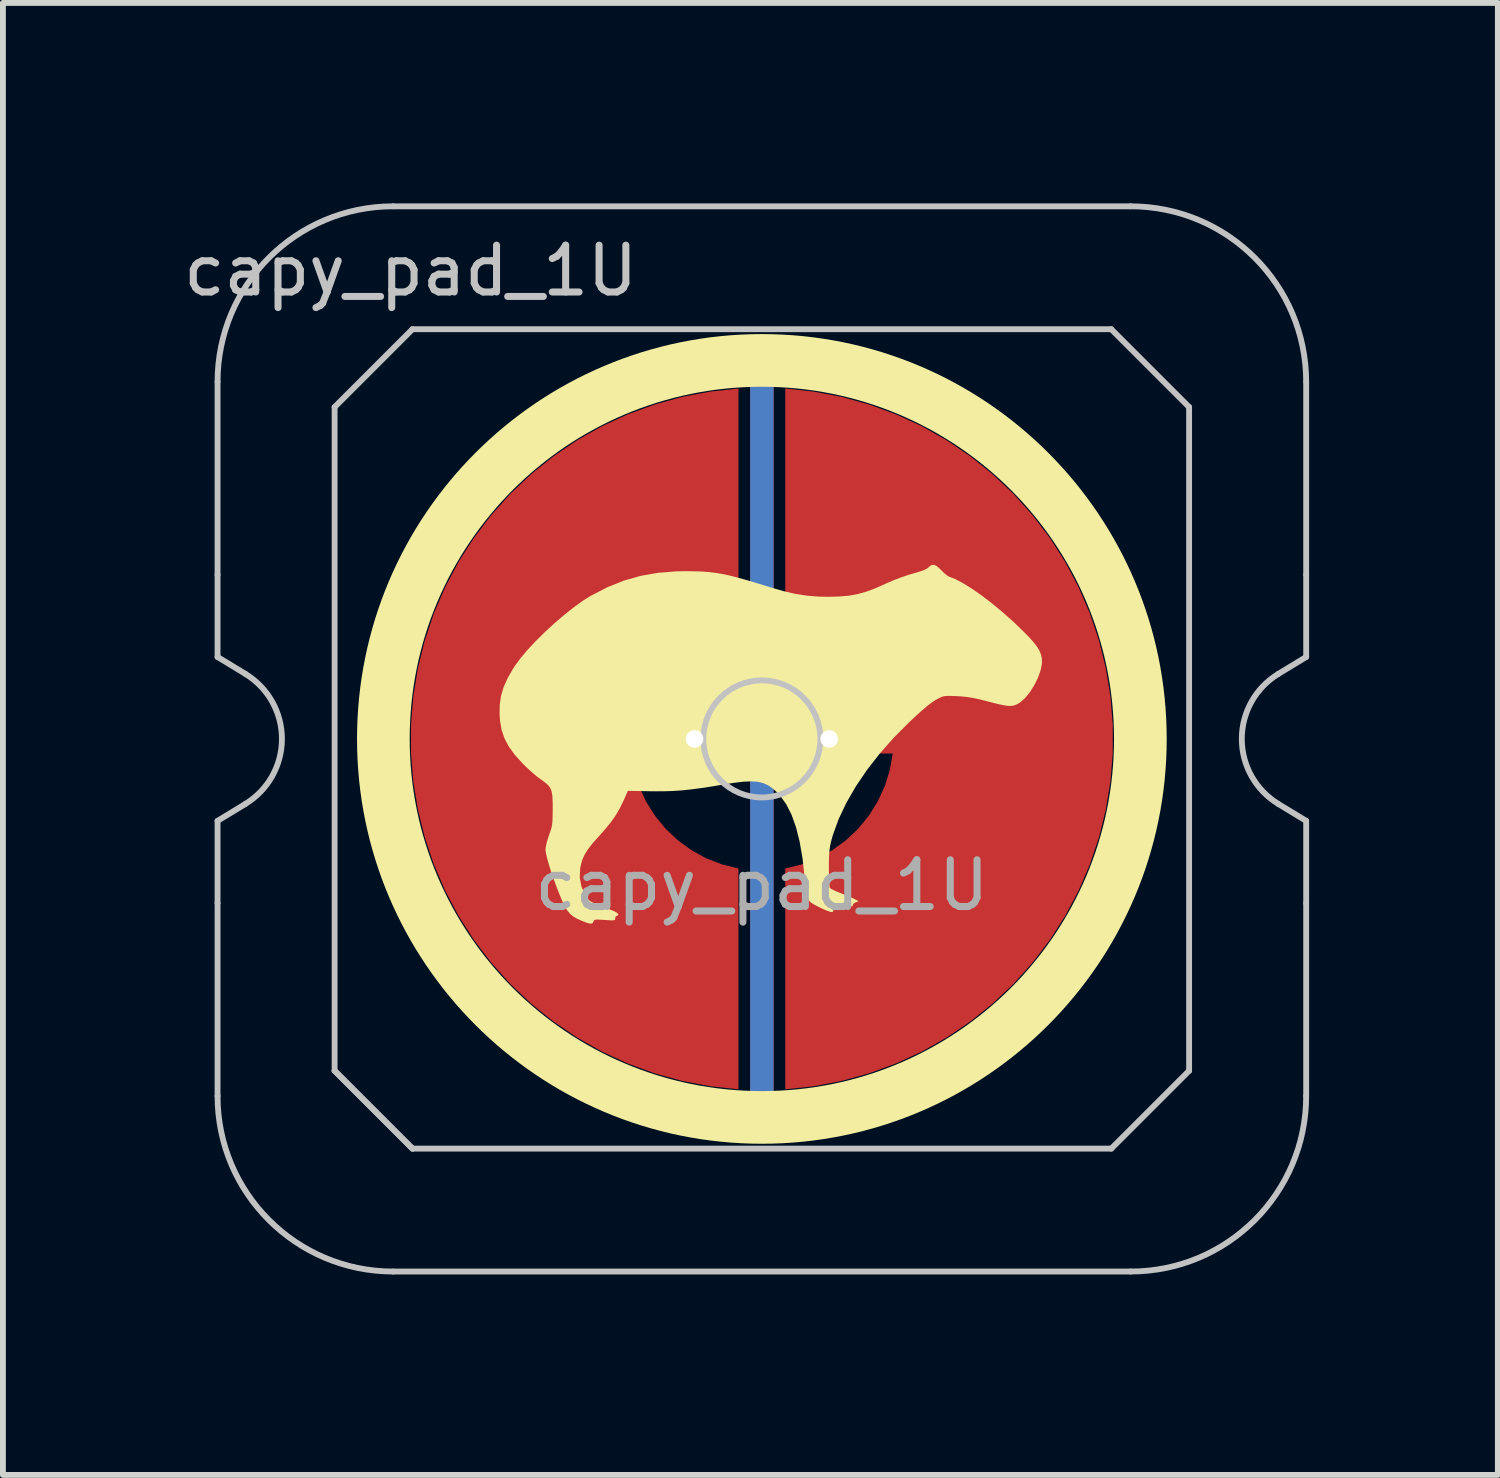
<source format=kicad_pcb>
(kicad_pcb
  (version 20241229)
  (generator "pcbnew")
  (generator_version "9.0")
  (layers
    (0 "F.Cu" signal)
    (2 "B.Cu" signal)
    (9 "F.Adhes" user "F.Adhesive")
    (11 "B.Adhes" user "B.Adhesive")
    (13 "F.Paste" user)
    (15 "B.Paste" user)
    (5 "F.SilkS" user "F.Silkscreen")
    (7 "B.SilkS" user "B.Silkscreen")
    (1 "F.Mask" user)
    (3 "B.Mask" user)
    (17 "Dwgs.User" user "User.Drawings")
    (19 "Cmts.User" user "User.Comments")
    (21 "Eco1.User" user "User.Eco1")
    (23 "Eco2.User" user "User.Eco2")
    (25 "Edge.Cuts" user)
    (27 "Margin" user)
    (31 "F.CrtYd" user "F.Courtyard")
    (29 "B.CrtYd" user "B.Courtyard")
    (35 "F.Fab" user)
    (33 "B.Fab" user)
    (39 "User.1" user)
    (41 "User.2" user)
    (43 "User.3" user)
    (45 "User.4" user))
  (footprint "capy_pad_1U"
    (layer "F.Cu")
    (at 9.967 9.575)
    (property "Reference" "capy_pad_1U" (at -6 -8 0) (layer "Dwgs.User") (effects (font (size 0.8 0.8) (thickness 0.12))))
    (attr exclude_from_pos_files exclude_from_bom)
    (fp_circle (center 0 0) (end -6.467 0) (stroke (width 0.9) (type solid)) (fill no) (layer "F.SilkS"))
    (fp_poly (pts (xy 2.994 -2.949) (xy 3.059 -2.889) (xy 3.064 -2.883) (xy 3.117 -2.831) (xy 3.167 -2.79) (xy 3.2 -2.772) (xy 3.309 -2.729) (xy 3.439 -2.66) (xy 3.587 -2.568) (xy 3.747 -2.457) (xy 3.916 -2.328) (xy 4.09 -2.185) (xy 4.264 -2.032) (xy 4.334 -1.967) (xy 4.462 -1.843) (xy 4.564 -1.74) (xy 4.642 -1.653) (xy 4.7 -1.578) (xy 4.741 -1.511) (xy 4.767 -1.447) (xy 4.783 -1.383) (xy 4.785 -1.283) (xy 4.761 -1.167) (xy 4.716 -1.042) (xy 4.654 -0.917) (xy 4.58 -0.8) (xy 4.498 -0.699) (xy 4.412 -0.623) (xy 4.37 -0.598) (xy 4.327 -0.578) (xy 4.282 -0.566) (xy 4.231 -0.563) (xy 4.167 -0.569) (xy 4.083 -0.585) (xy 3.974 -0.611) (xy 3.861 -0.64) (xy 3.72 -0.676) (xy 3.604 -0.701) (xy 3.5 -0.717) (xy 3.398 -0.727) (xy 3.334 -0.731) (xy 3.237 -0.735) (xy 3.169 -0.735) (xy 3.119 -0.731) (xy 3.079 -0.721) (xy 3.039 -0.703) (xy 3.016 -0.691) (xy 2.955 -0.657) (xy 2.891 -0.613) (xy 2.818 -0.557) (xy 2.733 -0.484) (xy 2.63 -0.391) (xy 2.528 -0.296) (xy 2.261 -0.029) (xy 2.016 0.248) (xy 1.797 0.529) (xy 1.605 0.812) (xy 1.442 1.095) (xy 1.311 1.372) (xy 1.213 1.643) (xy 1.182 1.754) (xy 1.166 1.829) (xy 1.155 1.907) (xy 1.148 1.998) (xy 1.145 2.112) (xy 1.145 2.213) (xy 1.146 2.32) (xy 1.148 2.415) (xy 1.153 2.489) (xy 1.158 2.535) (xy 1.161 2.545) (xy 1.185 2.563) (xy 1.236 2.589) (xy 1.306 2.619) (xy 1.349 2.636) (xy 1.433 2.67) (xy 1.511 2.702) (xy 1.571 2.729) (xy 1.588 2.738) (xy 1.654 2.773) (xy 1.6 2.793) (xy 1.564 2.815) (xy 1.556 2.839) (xy 1.547 2.857) (xy 1.504 2.867) (xy 1.433 2.867) (xy 1.336 2.858) (xy 1.293 2.852) (xy 1.246 2.847) (xy 1.226 2.856) (xy 1.221 2.888) (xy 1.221 2.904) (xy 1.218 2.946) (xy 1.202 2.959) (xy 1.168 2.954) (xy 1.114 2.935) (xy 1.042 2.905) (xy 0.965 2.868) (xy 0.895 2.831) (xy 0.844 2.8) (xy 0.83 2.789) (xy 0.805 2.762) (xy 0.786 2.727) (xy 0.77 2.679) (xy 0.757 2.612) (xy 0.745 2.519) (xy 0.733 2.395) (xy 0.729 2.353) (xy 0.694 2.035) (xy 0.645 1.754) (xy 0.583 1.508) (xy 0.507 1.295) (xy 0.417 1.117) (xy 0.312 0.97) (xy 0.271 0.925) (xy 0.192 0.852) (xy 0.113 0.796) (xy 0.028 0.757) (xy -0.068 0.733) (xy -0.18 0.725) (xy -0.314 0.731) (xy -0.475 0.75) (xy -0.633 0.775) (xy -0.853 0.812) (xy -1.044 0.841) (xy -1.212 0.863) (xy -1.364 0.879) (xy -1.51 0.889) (xy -1.655 0.894) (xy -1.808 0.895) (xy -1.902 0.894) (xy -2.289 0.887) (xy -2.36 1.047) (xy -2.423 1.177) (xy -2.49 1.294) (xy -2.568 1.407) (xy -2.663 1.526) (xy -2.781 1.659) (xy -2.789 1.668) (xy -2.892 1.783) (xy -2.969 1.882) (xy -3.025 1.97) (xy -3.065 2.057) (xy -3.092 2.148) (xy -3.104 2.21) (xy -3.112 2.368) (xy -3.083 2.522) (xy -3.017 2.667) (xy -3.017 2.667) (xy -2.988 2.714) (xy -2.961 2.748) (xy -2.93 2.774) (xy -2.884 2.799) (xy -2.818 2.827) (xy -2.743 2.856) (xy -2.656 2.89) (xy -2.578 2.921) (xy -2.52 2.946) (xy -2.492 2.96) (xy -2.457 2.987) (xy -2.451 3.01) (xy -2.474 3.021) (xy -2.477 3.021) (xy -2.501 3.038) (xy -2.506 3.064) (xy -2.508 3.083) (xy -2.518 3.095) (xy -2.543 3.1) (xy -2.592 3.099) (xy -2.67 3.094) (xy -2.686 3.093) (xy -2.771 3.088) (xy -2.824 3.086) (xy -2.855 3.091) (xy -2.87 3.101) (xy -2.877 3.12) (xy -2.892 3.148) (xy -2.924 3.156) (xy -2.977 3.146) (xy -3.057 3.116) (xy -3.068 3.112) (xy -3.162 3.069) (xy -3.229 3.029) (xy -3.281 2.984) (xy -3.328 2.926) (xy -3.332 2.92) (xy -3.367 2.861) (xy -3.409 2.772) (xy -3.455 2.663) (xy -3.504 2.538) (xy -3.552 2.407) (xy -3.598 2.276) (xy -3.637 2.151) (xy -3.669 2.041) (xy -3.69 1.953) (xy -3.697 1.893) (xy -3.697 1.892) (xy -3.69 1.835) (xy -3.672 1.756) (xy -3.646 1.67) (xy -3.636 1.643) (xy -3.611 1.572) (xy -3.594 1.514) (xy -3.583 1.457) (xy -3.577 1.391) (xy -3.575 1.305) (xy -3.574 1.211) (xy -3.574 1.078) (xy -3.579 0.977) (xy -3.591 0.901) (xy -3.613 0.843) (xy -3.647 0.795) (xy -3.697 0.75) (xy -3.765 0.7) (xy -3.771 0.696) (xy -3.846 0.64) (xy -3.934 0.565) (xy -4.024 0.483) (xy -4.091 0.416) (xy -4.224 0.268) (xy -4.325 0.129) (xy -4.397 -0.008) (xy -4.446 -0.151) (xy -4.473 -0.306) (xy -4.481 -0.412) (xy -4.479 -0.579) (xy -4.457 -0.734) (xy -4.412 -0.885) (xy -4.342 -1.042) (xy -4.244 -1.211) (xy -4.221 -1.246) (xy -4.127 -1.375) (xy -4.006 -1.519) (xy -3.864 -1.671) (xy -3.706 -1.827) (xy -3.54 -1.98) (xy -3.37 -2.125) (xy -3.204 -2.256) (xy -3.046 -2.369) (xy -2.92 -2.447) (xy -2.638 -2.592) (xy -2.359 -2.704) (xy -2.075 -2.785) (xy -1.78 -2.837) (xy -1.465 -2.863) (xy -1.296 -2.866) (xy -1.154 -2.864) (xy -1.026 -2.86) (xy -0.906 -2.851) (xy -0.789 -2.837) (xy -0.669 -2.817) (xy -0.54 -2.789) (xy -0.396 -2.752) (xy -0.233 -2.706) (xy -0.043 -2.649) (xy 0.146 -2.59) (xy 0.37 -2.525) (xy 0.573 -2.478) (xy 0.767 -2.448) (xy 0.963 -2.432) (xy 1.13 -2.428) (xy 1.318 -2.433) (xy 1.483 -2.447) (xy 1.635 -2.474) (xy 1.784 -2.516) (xy 1.943 -2.575) (xy 2.121 -2.655) (xy 2.136 -2.662) (xy 2.25 -2.711) (xy 2.382 -2.761) (xy 2.511 -2.805) (xy 2.577 -2.824) (xy 2.689 -2.856) (xy 2.769 -2.884) (xy 2.822 -2.91) (xy 2.848 -2.932) (xy 2.894 -2.969) (xy 2.941 -2.975)) (stroke (width 0) (type solid)) (fill yes) (layer "F.SilkS"))
    (fp_line (start -9.3 -2.805) (end -9.3 -6.1) (stroke (width 0.1) (type solid)) (layer "Dwgs.User"))
    (fp_line (start -9.3 -1.4) (end -9.3 -2.805) (stroke (width 0.1) (type solid)) (layer "Dwgs.User"))
    (fp_line (start -9.3 1.4) (end -8.824 1.111) (stroke (width 0.1) (type solid)) (layer "Dwgs.User"))
    (fp_line (start -9.3 2.805) (end -9.3 1.4) (stroke (width 0.1) (type solid)) (layer "Dwgs.User"))
    (fp_line (start -9.3 6.1) (end -9.3 2.805) (stroke (width 0.1) (type solid)) (layer "Dwgs.User"))
    (fp_line (start -8.824 -1.111) (end -9.3 -1.4) (stroke (width 0.1) (type solid)) (layer "Dwgs.User"))
    (fp_line (start -7.3 -5.67) (end -5.97 -7) (stroke (width 0.1) (type solid)) (layer "Dwgs.User"))
    (fp_line (start -7.3 5.67) (end -7.3 -5.67) (stroke (width 0.1) (type solid)) (layer "Dwgs.User"))
    (fp_line (start -7.3 5.67) (end -5.97 7) (stroke (width 0.1) (type solid)) (layer "Dwgs.User"))
    (fp_line (start -6.3 -9.1) (end 6.3 -9.1) (stroke (width 0.1) (type solid)) (layer "Dwgs.User"))
    (fp_line (start -5.97 -7) (end 5.97 -7) (stroke (width 0.1) (type solid)) (layer "Dwgs.User"))
    (fp_line (start -5.97 7) (end -7.3 5.67) (stroke (width 0.1) (type solid)) (layer "Dwgs.User"))
    (fp_line (start 5.97 -7) (end 7.3 -5.67) (stroke (width 0.1) (type solid)) (layer "Dwgs.User"))
    (fp_line (start 5.97 7) (end -5.97 7) (stroke (width 0.1) (type solid)) (layer "Dwgs.User"))
    (fp_line (start 6.3 9.1) (end -6.3 9.1) (stroke (width 0.1) (type solid)) (layer "Dwgs.User"))
    (fp_line (start 7.3 -5.67) (end 7.3 5.67) (stroke (width 0.1) (type solid)) (layer "Dwgs.User"))
    (fp_line (start 7.3 5.67) (end 5.97 7) (stroke (width 0.1) (type solid)) (layer "Dwgs.User"))
    (fp_line (start 8.824 1.111) (end 9.3 1.4) (stroke (width 0.1) (type solid)) (layer "Dwgs.User"))
    (fp_line (start 9.3 -6.1) (end 9.3 -2.805) (stroke (width 0.1) (type solid)) (layer "Dwgs.User"))
    (fp_line (start 9.3 -2.805) (end 9.3 -1.4) (stroke (width 0.1) (type solid)) (layer "Dwgs.User"))
    (fp_line (start 9.3 -1.4) (end 8.824 -1.111) (stroke (width 0.1) (type solid)) (layer "Dwgs.User"))
    (fp_line (start 9.3 1.4) (end 9.3 2.805) (stroke (width 0.1) (type solid)) (layer "Dwgs.User"))
    (fp_line (start 9.3 2.805) (end 9.3 6.1) (stroke (width 0.1) (type solid)) (layer "Dwgs.User"))
    (fp_arc (start -9.3 -6.1) (mid -8.42132 -8.22132) (end -6.3 -9.1) (stroke (width 0.1) (type solid)) (layer "Dwgs.User"))
    (fp_arc (start -8.824333 -1.110619) (mid -8.2 0) (end -8.824333 1.110619) (stroke (width 0.1) (type solid)) (layer "Dwgs.User"))
    (fp_arc (start -6.3 9.1) (mid -8.42132 8.22132) (end -9.3 6.1) (stroke (width 0.1) (type solid)) (layer "Dwgs.User"))
    (fp_arc (start 6.3 -9.1) (mid 8.42132 -8.22132) (end 9.3 -6.1) (stroke (width 0.1) (type solid)) (layer "Dwgs.User"))
    (fp_arc (start 8.824333 1.110619) (mid 8.2 0) (end 8.824333 -1.110619) (stroke (width 0.1) (type solid)) (layer "Dwgs.User"))
    (fp_arc (start 9.3 6.1) (mid 8.42132 8.22132) (end 6.3 9.1) (stroke (width 0.1) (type solid)) (layer "Dwgs.User"))
    (fp_circle (center 0 0) (end 1 0) (stroke (width 0.1) (type default)) (fill no) (layer "Dwgs.User"))
    (fp_rect (start -9.525 -9.525) (end 9.525 9.525) (stroke (width 0.1) (type default)) (fill no) (layer "Eco2.User"))
    (fp_text user "${REFERENCE}" (at 0 2.5 180) (layer "F.Fab") (effects (font (size 0.8 0.8) (thickness 0.12))))
    (pad "1" smd custom (at 1 0 180) (size 0.4 0.4) (layers "F.Cu") (options (anchor circle)) (primitives (gr_poly (pts (xy 0.6 -2.214) (xy 0.32 -2.145) (xy 0.052 -2.041) (xy -0.201 -1.903) (xy -0.434 -1.734) (xy -0.644 -1.536) (xy -0.826 -1.314) (xy -0.979 -1.07) (xy -1.1 -0.808) (xy -1.186 -0.534) (xy -1.236 -0.25) (xy 0 -0.25) (xy 0.096 -0.231) (xy 0.177 -0.177) (xy 0.231 -0.096) (xy 0.25 0) (xy 0.231 0.096) (xy 0.177 0.177) (xy 0.096 0.231) (xy 0 0.25) (xy -1.236 0.25) (xy -1.186 0.534) (xy -1.1 0.808) (xy -0.979 1.07) (xy -0.826 1.314) (xy -0.644 1.536) (xy -0.434 1.734) (xy -0.201 1.903) (xy 0.052 2.041) (xy 0.32 2.145) (xy 0.6 2.214) (xy 0.6 5.987) (xy 0.115 5.934) (xy -0.364 5.843) (xy -0.834 5.713) (xy -1.292 5.545) (xy -1.735 5.341) (xy -2.159 5.101) (xy -2.563 4.827) (xy -2.943 4.522) (xy -3.298 4.187) (xy -3.623 3.824) (xy -3.919 3.436) (xy -4.182 3.025) (xy -4.41 2.594) (xy -4.603 2.147) (xy -4.759 1.684) (xy -4.876 1.211) (xy -4.955 0.73) (xy -4.995 0.244) (xy -4.995 -0.244) (xy -4.955 -0.73) (xy -4.876 -1.211) (xy -4.759 -1.684) (xy -4.603 -2.147) (xy -4.41 -2.594) (xy -4.182 -3.025) (xy -3.919 -3.436) (xy -3.623 -3.824) (xy -3.298 -4.187) (xy -2.943 -4.522) (xy -2.563 -4.827) (xy -2.159 -5.101) (xy -1.735 -5.341) (xy -1.292 -5.545) (xy -0.834 -5.713) (xy -0.364 -5.843) (xy 0.115 -5.934) (xy 0.6 -5.987)) (width 0) (fill yes))))
    (pad "1" thru_hole circle (at 1.15 0 270) (size 0.8 0.8) (drill 0.3) (layers "*.Cu"))
    (pad "2" thru_hole circle (at -1.15 0 270) (size 0.8 0.8) (drill 0.3) (layers "*.Cu"))
    (pad "2" smd custom (at -1 0) (size 0.4 0.4) (layers "F.Cu") (options (anchor circle)) (primitives (gr_poly (pts (xy 0.6 -2.214) (xy 0.32 -2.145) (xy 0.052 -2.041) (xy -0.201 -1.903) (xy -0.434 -1.734) (xy -0.644 -1.536) (xy -0.826 -1.314) (xy -0.979 -1.07) (xy -1.1 -0.808) (xy -1.186 -0.534) (xy -1.236 -0.25) (xy 0 -0.25) (xy 0.096 -0.231) (xy 0.177 -0.177) (xy 0.231 -0.096) (xy 0.25 0) (xy 0.231 0.096) (xy 0.177 0.177) (xy 0.096 0.231) (xy 0 0.25) (xy -1.236 0.25) (xy -1.186 0.534) (xy -1.1 0.808) (xy -0.979 1.07) (xy -0.826 1.314) (xy -0.644 1.536) (xy -0.434 1.734) (xy -0.201 1.903) (xy 0.052 2.041) (xy 0.32 2.145) (xy 0.6 2.214) (xy 0.6 5.987) (xy 0.115 5.934) (xy -0.364 5.843) (xy -0.834 5.713) (xy -1.292 5.545) (xy -1.735 5.341) (xy -2.159 5.101) (xy -2.563 4.827) (xy -2.943 4.522) (xy -3.298 4.187) (xy -3.623 3.824) (xy -3.919 3.436) (xy -4.182 3.025) (xy -4.41 2.594) (xy -4.603 2.147) (xy -4.759 1.684) (xy -4.876 1.211) (xy -4.955 0.73) (xy -4.995 0.244) (xy -4.995 -0.244) (xy -4.955 -0.73) (xy -4.876 -1.211) (xy -4.759 -1.684) (xy -4.603 -2.147) (xy -4.41 -2.594) (xy -4.182 -3.025) (xy -3.919 -3.436) (xy -3.623 -3.824) (xy -3.298 -4.187) (xy -2.943 -4.522) (xy -2.563 -4.827) (xy -2.159 -5.101) (xy -1.735 -5.341) (xy -1.292 -5.545) (xy -0.834 -5.713) (xy -0.364 -5.843) (xy 0.115 -5.934) (xy 0.6 -5.987)) (width 0) (fill yes))))
    (pad "3" smd roundrect (at 0 0 180) (size 0.4 12.5) (layers "B.Cu") (roundrect_rratio 0.5))
    (pad "3" smd roundrect (at 0 0 180) (size 0.4 12.75) (layers "F.Cu") (roundrect_rratio 0.5))
    (zone (net_name "") (layer "F.Cu") (hatch edge 0.508) (connect_pads) (min_thickness 0.254) (filled_areas_thickness no) (keepout (tracks allowed) (vias allowed) (pads allowed) (copperpour not_allowed) (footprints allowed)) (placement (enabled no)) (fill) (polygon (pts (xy 9.967 15.825) (xy 9.422 15.801) (xy 8.881 15.73) (xy 8.349 15.612) (xy 7.829 15.448) (xy 7.325 15.239) (xy 6.842 14.988) (xy 6.382 14.695) (xy 5.949 14.363) (xy 5.547 13.994) (xy 5.179 13.592) (xy 4.847 13.16) (xy 4.554 12.7) (xy 4.302 12.216) (xy 4.094 11.713) (xy 3.93 11.193) (xy 3.812 10.66) (xy 3.74 10.12) (xy 3.717 9.575) (xy 3.74 9.03) (xy 3.812 8.49) (xy 3.93 7.957) (xy 4.094 7.437) (xy 4.302 6.934) (xy 4.554 6.45) (xy 4.847 5.99) (xy 5.179 5.558) (xy 5.547 5.156) (xy 5.949 4.787) (xy 6.382 4.455) (xy 6.842 4.162) (xy 7.325 3.911) (xy 7.829 3.702) (xy 8.349 3.538) (xy 8.881 3.42) (xy 9.422 3.349) (xy 9.967 3.325) (xy 10.511 3.349) (xy 11.052 3.42) (xy 11.584 3.538) (xy 12.104 3.702) (xy 12.608 3.911) (xy 13.092 4.162) (xy 13.552 4.455) (xy 13.984 4.787) (xy 14.386 5.156) (xy 14.754 5.558) (xy 15.086 5.99) (xy 15.379 6.45) (xy 15.631 6.934) (xy 15.84 7.437) (xy 16.004 7.957) (xy 16.122 8.49) (xy 16.193 9.03) (xy 16.217 9.575) (xy 16.193 10.12) (xy 16.122 10.66) (xy 16.004 11.193) (xy 15.84 11.713) (xy 15.631 12.216) (xy 15.379 12.7) (xy 15.086 13.16) (xy 14.754 13.592) (xy 14.386 13.994) (xy 13.984 14.363) (xy 13.552 14.695) (xy 13.092 14.988) (xy 12.608 15.239) (xy 12.104 15.448) (xy 11.584 15.612) (xy 11.052 15.73) (xy 10.511 15.801))))
    (zone (net_name "") (layer "B.Cu") (hatch edge 0.1) (connect_pads) (min_thickness 0.254) (filled_areas_thickness no) (keepout (tracks allowed) (vias allowed) (pads allowed) (copperpour not_allowed) (footprints allowed)) (placement (enabled no)) (fill) (polygon (pts (xy 9.967 15.575) (xy 9.444 15.552) (xy 8.925 15.484) (xy 8.414 15.371) (xy 7.915 15.213) (xy 7.431 15.013) (xy 6.967 14.771) (xy 6.525 14.49) (xy 6.11 14.171) (xy 5.724 13.818) (xy 5.37 13.432) (xy 5.052 13.016) (xy 4.771 12.575) (xy 4.529 12.111) (xy 4.329 11.627) (xy 4.171 11.128) (xy 4.058 10.617) (xy 3.99 10.098) (xy 3.967 9.575) (xy 3.99 9.052) (xy 4.058 8.533) (xy 4.171 8.022) (xy 4.329 7.523) (xy 4.529 7.039) (xy 4.771 6.575) (xy 5.052 6.134) (xy 5.37 5.718) (xy 5.724 5.332) (xy 6.11 4.979) (xy 6.525 4.66) (xy 6.967 4.379) (xy 7.431 4.137) (xy 7.915 3.937) (xy 8.414 3.779) (xy 8.925 3.666) (xy 9.444 3.598) (xy 9.967 3.575) (xy 10.49 3.598) (xy 11.009 3.666) (xy 11.52 3.779) (xy 12.019 3.937) (xy 12.502 4.137) (xy 12.967 4.379) (xy 13.408 4.66) (xy 13.823 4.979) (xy 14.209 5.332) (xy 14.563 5.718) (xy 14.882 6.134) (xy 15.163 6.575) (xy 15.405 7.039) (xy 15.605 7.523) (xy 15.762 8.022) (xy 15.876 8.533) (xy 15.944 9.052) (xy 15.967 9.575) (xy 15.944 10.098) (xy 15.876 10.617) (xy 15.762 11.128) (xy 15.605 11.627) (xy 15.405 12.111) (xy 15.163 12.575) (xy 14.882 13.016) (xy 14.563 13.432) (xy 14.209 13.818) (xy 13.823 14.171) (xy 13.408 14.49) (xy 12.967 14.771) (xy 12.502 15.013) (xy 12.019 15.213) (xy 11.52 15.371) (xy 11.009 15.484) (xy 10.49 15.552)))))
  (gr_rect
    (start -3 -3)
    (end 22.542 22.15)
    (stroke (width 0.1) (type default))
    (fill no)
    (layer "Edge.Cuts")))
</source>
